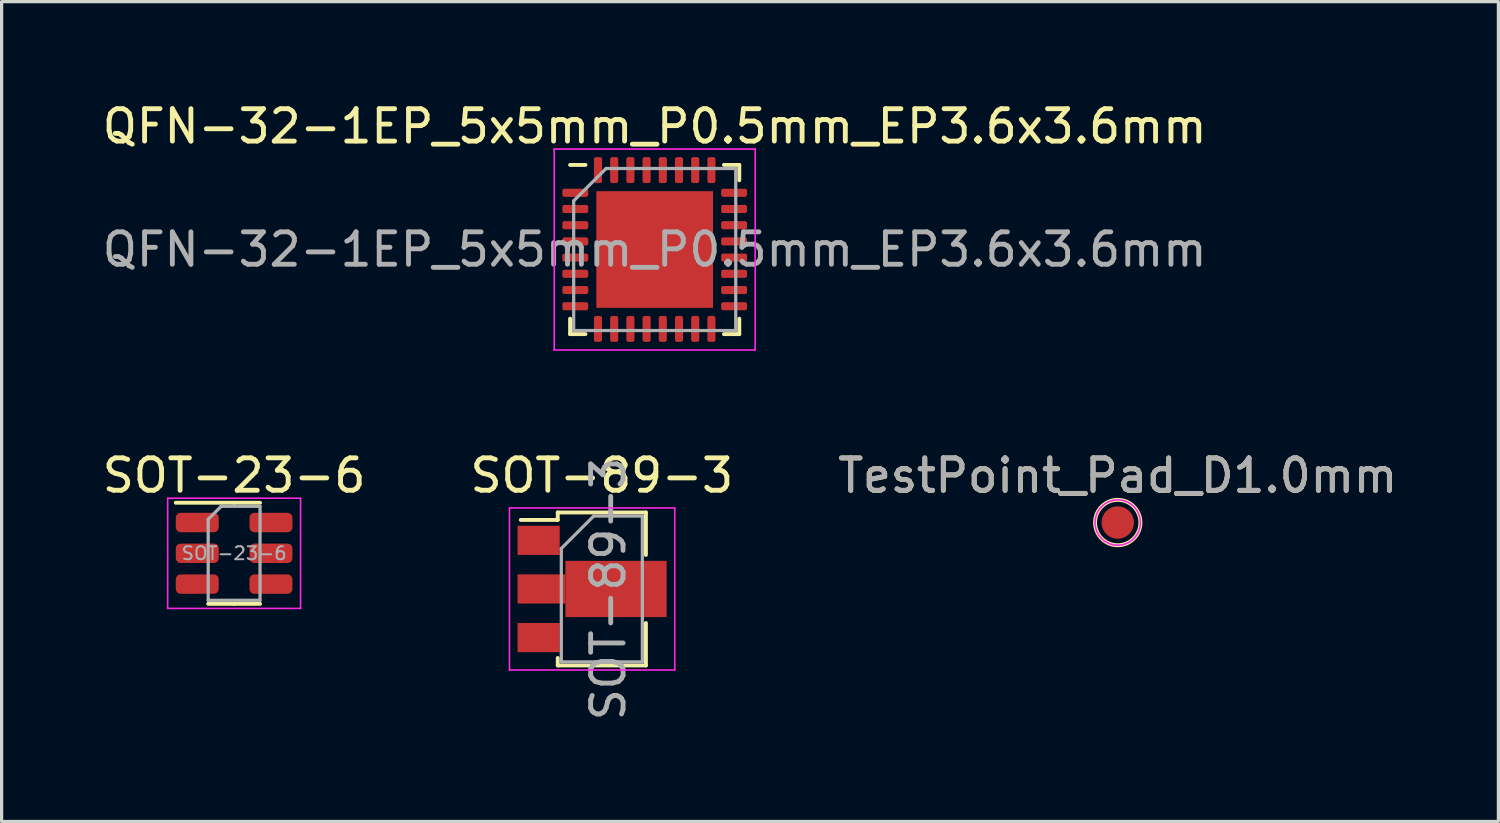
<source format=kicad_pcb>
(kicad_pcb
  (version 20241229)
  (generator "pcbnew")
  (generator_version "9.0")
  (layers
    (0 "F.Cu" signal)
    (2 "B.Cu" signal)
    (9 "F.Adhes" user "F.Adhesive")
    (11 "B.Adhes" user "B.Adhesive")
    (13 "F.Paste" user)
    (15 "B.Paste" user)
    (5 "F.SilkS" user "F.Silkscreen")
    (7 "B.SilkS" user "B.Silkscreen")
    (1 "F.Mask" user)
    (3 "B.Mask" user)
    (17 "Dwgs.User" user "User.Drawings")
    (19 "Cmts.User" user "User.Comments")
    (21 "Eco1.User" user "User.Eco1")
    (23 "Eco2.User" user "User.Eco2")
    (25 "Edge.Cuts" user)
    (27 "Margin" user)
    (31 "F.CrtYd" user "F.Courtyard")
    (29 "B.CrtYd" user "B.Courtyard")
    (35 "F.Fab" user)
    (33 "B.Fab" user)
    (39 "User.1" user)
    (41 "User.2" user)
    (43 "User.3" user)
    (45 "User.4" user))
  (footprint "SOT-89-3"
    (layer "F.Cu")
    (at 15.518 15.121)
    (property "Reference" "SOT-89-3" (at 0 -3.5 0) (layer "F.SilkS") (effects (font (size 1 1) (thickness 0.15))))
    (attr smd)
    (fp_line (start -2.5 -2.13) (end -1.36 -2.13) (stroke (width 0.12) (type solid)) (layer "F.SilkS"))
    (fp_line (start -1.36 -2.36) (end -1.36 -2.13) (stroke (width 0.12) (type solid)) (layer "F.SilkS"))
    (fp_line (start -1.36 -2.36) (end 1.36 -2.36) (stroke (width 0.12) (type solid)) (layer "F.SilkS"))
    (fp_line (start -1.36 2.36) (end -1.36 2.13) (stroke (width 0.12) (type solid)) (layer "F.SilkS"))
    (fp_line (start 1.36 -2.36) (end 1.36 -1.05) (stroke (width 0.12) (type solid)) (layer "F.SilkS"))
    (fp_line (start 1.36 1.05) (end 1.36 2.36) (stroke (width 0.12) (type solid)) (layer "F.SilkS"))
    (fp_line (start 1.36 2.36) (end -1.36 2.36) (stroke (width 0.12) (type solid)) (layer "F.SilkS"))
    (fp_line (start -2.85 2.5) (end -2.85 -2.5) (stroke (width 0.05) (type solid)) (layer "F.CrtYd"))
    (fp_line (start -2.85 2.5) (end 2.25 2.5) (stroke (width 0.05) (type solid)) (layer "F.CrtYd"))
    (fp_line (start 2.25 -2.5) (end -2.85 -2.5) (stroke (width 0.05) (type solid)) (layer "F.CrtYd"))
    (fp_line (start 2.25 -2.5) (end 2.25 2.5) (stroke (width 0.05) (type solid)) (layer "F.CrtYd"))
    (fp_line (start -1.25 -1.25) (end -0.25 -2.25) (stroke (width 0.1) (type solid)) (layer "F.Fab"))
    (fp_line (start -1.25 2.25) (end -1.25 -1.25) (stroke (width 0.1) (type solid)) (layer "F.Fab"))
    (fp_line (start -0.25 -2.25) (end 1.25 -2.25) (stroke (width 0.1) (type solid)) (layer "F.Fab"))
    (fp_line (start 1.25 -2.25) (end 1.25 2.25) (stroke (width 0.1) (type solid)) (layer "F.Fab"))
    (fp_line (start 1.25 2.25) (end -1.25 2.25) (stroke (width 0.1) (type solid)) (layer "F.Fab"))
    (fp_text user "${REFERENCE}" (at 0.2 0 90) (layer "F.Fab") (effects (font (size 1 1) (thickness 0.15))))
    (pad "1" smd rect (at -1.95 -1.5) (size 1.3 0.9) (layers "F.Cu" "F.Mask" "F.Paste"))
    (pad "2" smd custom (at -1.863 0) (size 1.475 0.9) (layers "F.Cu" "F.Mask" "F.Paste") (options (anchor rect)) (primitives (gr_poly (pts (xy 3.862 0.867) (xy 0.738 0.867) (xy 0.738 -0.867) (xy 3.862 -0.867)) (width 0) (fill yes))))
    (pad "3" smd rect (at -1.95 1.5) (size 1.3 0.9) (layers "F.Cu" "F.Mask" "F.Paste")))
  (footprint "QFN-32-1EP_5x5mm_P0.5mm_EP3.6x3.6mm"
    (layer "F.Cu")
    (at 17.149 4.648)
    (property "Reference" "QFN-32-1EP_5x5mm_P0.5mm_EP3.6x3.6mm" (at 0 -3.8 0) (layer "F.SilkS") (effects (font (size 1 1) (thickness 0.15))))
    (attr smd)
    (fp_line (start -2.61 2.61) (end -2.61 2.135) (stroke (width 0.12) (type solid)) (layer "F.SilkS"))
    (fp_line (start -2.135 -2.61) (end -2.61 -2.61) (stroke (width 0.12) (type solid)) (layer "F.SilkS"))
    (fp_line (start -2.135 2.61) (end -2.61 2.61) (stroke (width 0.12) (type solid)) (layer "F.SilkS"))
    (fp_line (start 2.135 -2.61) (end 2.61 -2.61) (stroke (width 0.12) (type solid)) (layer "F.SilkS"))
    (fp_line (start 2.135 2.61) (end 2.61 2.61) (stroke (width 0.12) (type solid)) (layer "F.SilkS"))
    (fp_line (start 2.61 -2.61) (end 2.61 -2.135) (stroke (width 0.12) (type solid)) (layer "F.SilkS"))
    (fp_line (start 2.61 2.61) (end 2.61 2.135) (stroke (width 0.12) (type solid)) (layer "F.SilkS"))
    (fp_line (start -3.1 -3.1) (end -3.1 3.1) (stroke (width 0.05) (type solid)) (layer "F.CrtYd"))
    (fp_line (start -3.1 3.1) (end 3.1 3.1) (stroke (width 0.05) (type solid)) (layer "F.CrtYd"))
    (fp_line (start 3.1 -3.1) (end -3.1 -3.1) (stroke (width 0.05) (type solid)) (layer "F.CrtYd"))
    (fp_line (start 3.1 3.1) (end 3.1 -3.1) (stroke (width 0.05) (type solid)) (layer "F.CrtYd"))
    (fp_line (start -2.5 -1.5) (end -1.5 -2.5) (stroke (width 0.1) (type solid)) (layer "F.Fab"))
    (fp_line (start -2.5 2.5) (end -2.5 -1.5) (stroke (width 0.1) (type solid)) (layer "F.Fab"))
    (fp_line (start -1.5 -2.5) (end 2.5 -2.5) (stroke (width 0.1) (type solid)) (layer "F.Fab"))
    (fp_line (start 2.5 -2.5) (end 2.5 2.5) (stroke (width 0.1) (type solid)) (layer "F.Fab"))
    (fp_line (start 2.5 2.5) (end -2.5 2.5) (stroke (width 0.1) (type solid)) (layer "F.Fab"))
    (fp_text user "${REFERENCE}" (at 0 0 0) (layer "F.Fab") (effects (font (size 1 1) (thickness 0.15))))
    (pad "" smd roundrect (at -1.2 -1.2) (size 0.97 0.97) (layers "F.Paste") (roundrect_rratio 0.25))
    (pad "" smd roundrect (at -1.2 0) (size 0.97 0.97) (layers "F.Paste") (roundrect_rratio 0.25))
    (pad "" smd roundrect (at -1.2 1.2) (size 0.97 0.97) (layers "F.Paste") (roundrect_rratio 0.25))
    (pad "" smd roundrect (at 0 -1.2) (size 0.97 0.97) (layers "F.Paste") (roundrect_rratio 0.25))
    (pad "" smd roundrect (at 0 0) (size 0.97 0.97) (layers "F.Paste") (roundrect_rratio 0.25))
    (pad "" smd roundrect (at 0 1.2) (size 0.97 0.97) (layers "F.Paste") (roundrect_rratio 0.25))
    (pad "" smd roundrect (at 1.2 -1.2) (size 0.97 0.97) (layers "F.Paste") (roundrect_rratio 0.25))
    (pad "" smd roundrect (at 1.2 0) (size 0.97 0.97) (layers "F.Paste") (roundrect_rratio 0.25))
    (pad "" smd roundrect (at 1.2 1.2) (size 0.97 0.97) (layers "F.Paste") (roundrect_rratio 0.25))
    (pad "1" smd roundrect (at -2.45 -1.75) (size 0.8 0.25) (layers "F.Cu" "F.Mask" "F.Paste") (roundrect_rratio 0.25))
    (pad "2" smd roundrect (at -2.45 -1.25) (size 0.8 0.25) (layers "F.Cu" "F.Mask" "F.Paste") (roundrect_rratio 0.25))
    (pad "3" smd roundrect (at -2.45 -0.75) (size 0.8 0.25) (layers "F.Cu" "F.Mask" "F.Paste") (roundrect_rratio 0.25))
    (pad "4" smd roundrect (at -2.45 -0.25) (size 0.8 0.25) (layers "F.Cu" "F.Mask" "F.Paste") (roundrect_rratio 0.25))
    (pad "5" smd roundrect (at -2.45 0.25) (size 0.8 0.25) (layers "F.Cu" "F.Mask" "F.Paste") (roundrect_rratio 0.25))
    (pad "6" smd roundrect (at -2.45 0.75) (size 0.8 0.25) (layers "F.Cu" "F.Mask" "F.Paste") (roundrect_rratio 0.25))
    (pad "7" smd roundrect (at -2.45 1.25) (size 0.8 0.25) (layers "F.Cu" "F.Mask" "F.Paste") (roundrect_rratio 0.25))
    (pad "8" smd roundrect (at -2.45 1.75) (size 0.8 0.25) (layers "F.Cu" "F.Mask" "F.Paste") (roundrect_rratio 0.25))
    (pad "9" smd roundrect (at -1.75 2.45) (size 0.25 0.8) (layers "F.Cu" "F.Mask" "F.Paste") (roundrect_rratio 0.25))
    (pad "10" smd roundrect (at -1.25 2.45) (size 0.25 0.8) (layers "F.Cu" "F.Mask" "F.Paste") (roundrect_rratio 0.25))
    (pad "11" smd roundrect (at -0.75 2.45) (size 0.25 0.8) (layers "F.Cu" "F.Mask" "F.Paste") (roundrect_rratio 0.25))
    (pad "12" smd roundrect (at -0.25 2.45) (size 0.25 0.8) (layers "F.Cu" "F.Mask" "F.Paste") (roundrect_rratio 0.25))
    (pad "13" smd roundrect (at 0.25 2.45) (size 0.25 0.8) (layers "F.Cu" "F.Mask" "F.Paste") (roundrect_rratio 0.25))
    (pad "14" smd roundrect (at 0.75 2.45) (size 0.25 0.8) (layers "F.Cu" "F.Mask" "F.Paste") (roundrect_rratio 0.25))
    (pad "15" smd roundrect (at 1.25 2.45) (size 0.25 0.8) (layers "F.Cu" "F.Mask" "F.Paste") (roundrect_rratio 0.25))
    (pad "16" smd roundrect (at 1.75 2.45) (size 0.25 0.8) (layers "F.Cu" "F.Mask" "F.Paste") (roundrect_rratio 0.25))
    (pad "17" smd roundrect (at 2.45 1.75) (size 0.8 0.25) (layers "F.Cu" "F.Mask" "F.Paste") (roundrect_rratio 0.25))
    (pad "18" smd roundrect (at 2.45 1.25) (size 0.8 0.25) (layers "F.Cu" "F.Mask" "F.Paste") (roundrect_rratio 0.25))
    (pad "19" smd roundrect (at 2.45 0.75) (size 0.8 0.25) (layers "F.Cu" "F.Mask" "F.Paste") (roundrect_rratio 0.25))
    (pad "20" smd roundrect (at 2.45 0.25) (size 0.8 0.25) (layers "F.Cu" "F.Mask" "F.Paste") (roundrect_rratio 0.25))
    (pad "21" smd roundrect (at 2.45 -0.25) (size 0.8 0.25) (layers "F.Cu" "F.Mask" "F.Paste") (roundrect_rratio 0.25))
    (pad "22" smd roundrect (at 2.45 -0.75) (size 0.8 0.25) (layers "F.Cu" "F.Mask" "F.Paste") (roundrect_rratio 0.25))
    (pad "23" smd roundrect (at 2.45 -1.25) (size 0.8 0.25) (layers "F.Cu" "F.Mask" "F.Paste") (roundrect_rratio 0.25))
    (pad "24" smd roundrect (at 2.45 -1.75) (size 0.8 0.25) (layers "F.Cu" "F.Mask" "F.Paste") (roundrect_rratio 0.25))
    (pad "25" smd roundrect (at 1.75 -2.45) (size 0.25 0.8) (layers "F.Cu" "F.Mask" "F.Paste") (roundrect_rratio 0.25))
    (pad "26" smd roundrect (at 1.25 -2.45) (size 0.25 0.8) (layers "F.Cu" "F.Mask" "F.Paste") (roundrect_rratio 0.25))
    (pad "27" smd roundrect (at 0.75 -2.45) (size 0.25 0.8) (layers "F.Cu" "F.Mask" "F.Paste") (roundrect_rratio 0.25))
    (pad "28" smd roundrect (at 0.25 -2.45) (size 0.25 0.8) (layers "F.Cu" "F.Mask" "F.Paste") (roundrect_rratio 0.25))
    (pad "29" smd roundrect (at -0.25 -2.45) (size 0.25 0.8) (layers "F.Cu" "F.Mask" "F.Paste") (roundrect_rratio 0.25))
    (pad "30" smd roundrect (at -0.75 -2.45) (size 0.25 0.8) (layers "F.Cu" "F.Mask" "F.Paste") (roundrect_rratio 0.25))
    (pad "31" smd roundrect (at -1.25 -2.45) (size 0.25 0.8) (layers "F.Cu" "F.Mask" "F.Paste") (roundrect_rratio 0.25))
    (pad "32" smd roundrect (at -1.75 -2.45) (size 0.25 0.8) (layers "F.Cu" "F.Mask" "F.Paste") (roundrect_rratio 0.25))
    (pad "33" smd rect (at 0 0) (size 3.6 3.6) (layers "F.Cu" "F.Mask")))
  (footprint "TestPoint_Pad_D1.0mm"
    (layer "F.Cu")
    (at 31.435 13.072)
    (property "Reference" "TestPoint_Pad_D1.0mm" (at 0 -1.448 0) (layer "F.SilkS") (effects (font (size 1 1) (thickness 0.15))))
    (attr exclude_from_pos_files exclude_from_bom)
    (fp_circle (center 0 0) (end 0 0.7) (stroke (width 0.12) (type solid)) (fill no) (layer "F.SilkS"))
    (fp_circle (center 0 0) (end 0.7 0) (stroke (width 0.05) (type solid)) (fill no) (layer "F.CrtYd"))
    (fp_text user "${REFERENCE}" (at 0 -1.45 0) (layer "F.Fab") (effects (font (size 1 1) (thickness 0.15))))
    (pad "1" smd circle (at 0 0) (size 1 1) (layers "F.Cu" "F.Mask")))
  (footprint "SOT-23-6"
    (layer "F.Cu")
    (at 4.173 14.021)
    (property "Reference" "SOT-23-6" (at 0 -2.4 0) (layer "F.SilkS") (effects (font (size 1 1) (thickness 0.15))))
    (attr smd)
    (fp_line (start 0 -1.56) (end -1.8 -1.56) (stroke (width 0.12) (type solid)) (layer "F.SilkS"))
    (fp_line (start 0 -1.56) (end 0.8 -1.56) (stroke (width 0.12) (type solid)) (layer "F.SilkS"))
    (fp_line (start 0 1.56) (end -0.8 1.56) (stroke (width 0.12) (type solid)) (layer "F.SilkS"))
    (fp_line (start 0 1.56) (end 0.8 1.56) (stroke (width 0.12) (type solid)) (layer "F.SilkS"))
    (fp_line (start -2.05 -1.7) (end -2.05 1.7) (stroke (width 0.05) (type solid)) (layer "F.CrtYd"))
    (fp_line (start -2.05 1.7) (end 2.05 1.7) (stroke (width 0.05) (type solid)) (layer "F.CrtYd"))
    (fp_line (start 2.05 -1.7) (end -2.05 -1.7) (stroke (width 0.05) (type solid)) (layer "F.CrtYd"))
    (fp_line (start 2.05 1.7) (end 2.05 -1.7) (stroke (width 0.05) (type solid)) (layer "F.CrtYd"))
    (fp_line (start -0.8 -1.05) (end -0.4 -1.45) (stroke (width 0.1) (type solid)) (layer "F.Fab"))
    (fp_line (start -0.8 1.45) (end -0.8 -1.05) (stroke (width 0.1) (type solid)) (layer "F.Fab"))
    (fp_line (start -0.4 -1.45) (end 0.8 -1.45) (stroke (width 0.1) (type solid)) (layer "F.Fab"))
    (fp_line (start 0.8 -1.45) (end 0.8 1.45) (stroke (width 0.1) (type solid)) (layer "F.Fab"))
    (fp_line (start 0.8 1.45) (end -0.8 1.45) (stroke (width 0.1) (type solid)) (layer "F.Fab"))
    (fp_text user "${REFERENCE}" (at 0 0 0) (layer "F.Fab") (effects (font (size 0.4 0.4) (thickness 0.06))))
    (pad "1" smd roundrect (at -1.137 -0.95) (size 1.325 0.6) (layers "F.Cu" "F.Mask" "F.Paste") (roundrect_rratio 0.25))
    (pad "2" smd roundrect (at -1.137 0) (size 1.325 0.6) (layers "F.Cu" "F.Mask" "F.Paste") (roundrect_rratio 0.25))
    (pad "3" smd roundrect (at -1.137 0.95) (size 1.325 0.6) (layers "F.Cu" "F.Mask" "F.Paste") (roundrect_rratio 0.25))
    (pad "4" smd roundrect (at 1.137 0.95) (size 1.325 0.6) (layers "F.Cu" "F.Mask" "F.Paste") (roundrect_rratio 0.25))
    (pad "5" smd roundrect (at 1.137 0) (size 1.325 0.6) (layers "F.Cu" "F.Mask" "F.Paste") (roundrect_rratio 0.25))
    (pad "6" smd roundrect (at 1.137 -0.95) (size 1.325 0.6) (layers "F.Cu" "F.Mask" "F.Paste") (roundrect_rratio 0.25)))
  (gr_rect
    (start -3 -3)
    (end 43.179 22.294)
    (stroke (width 0.1) (type default))
    (fill no)
    (layer "Edge.Cuts")))
</source>
